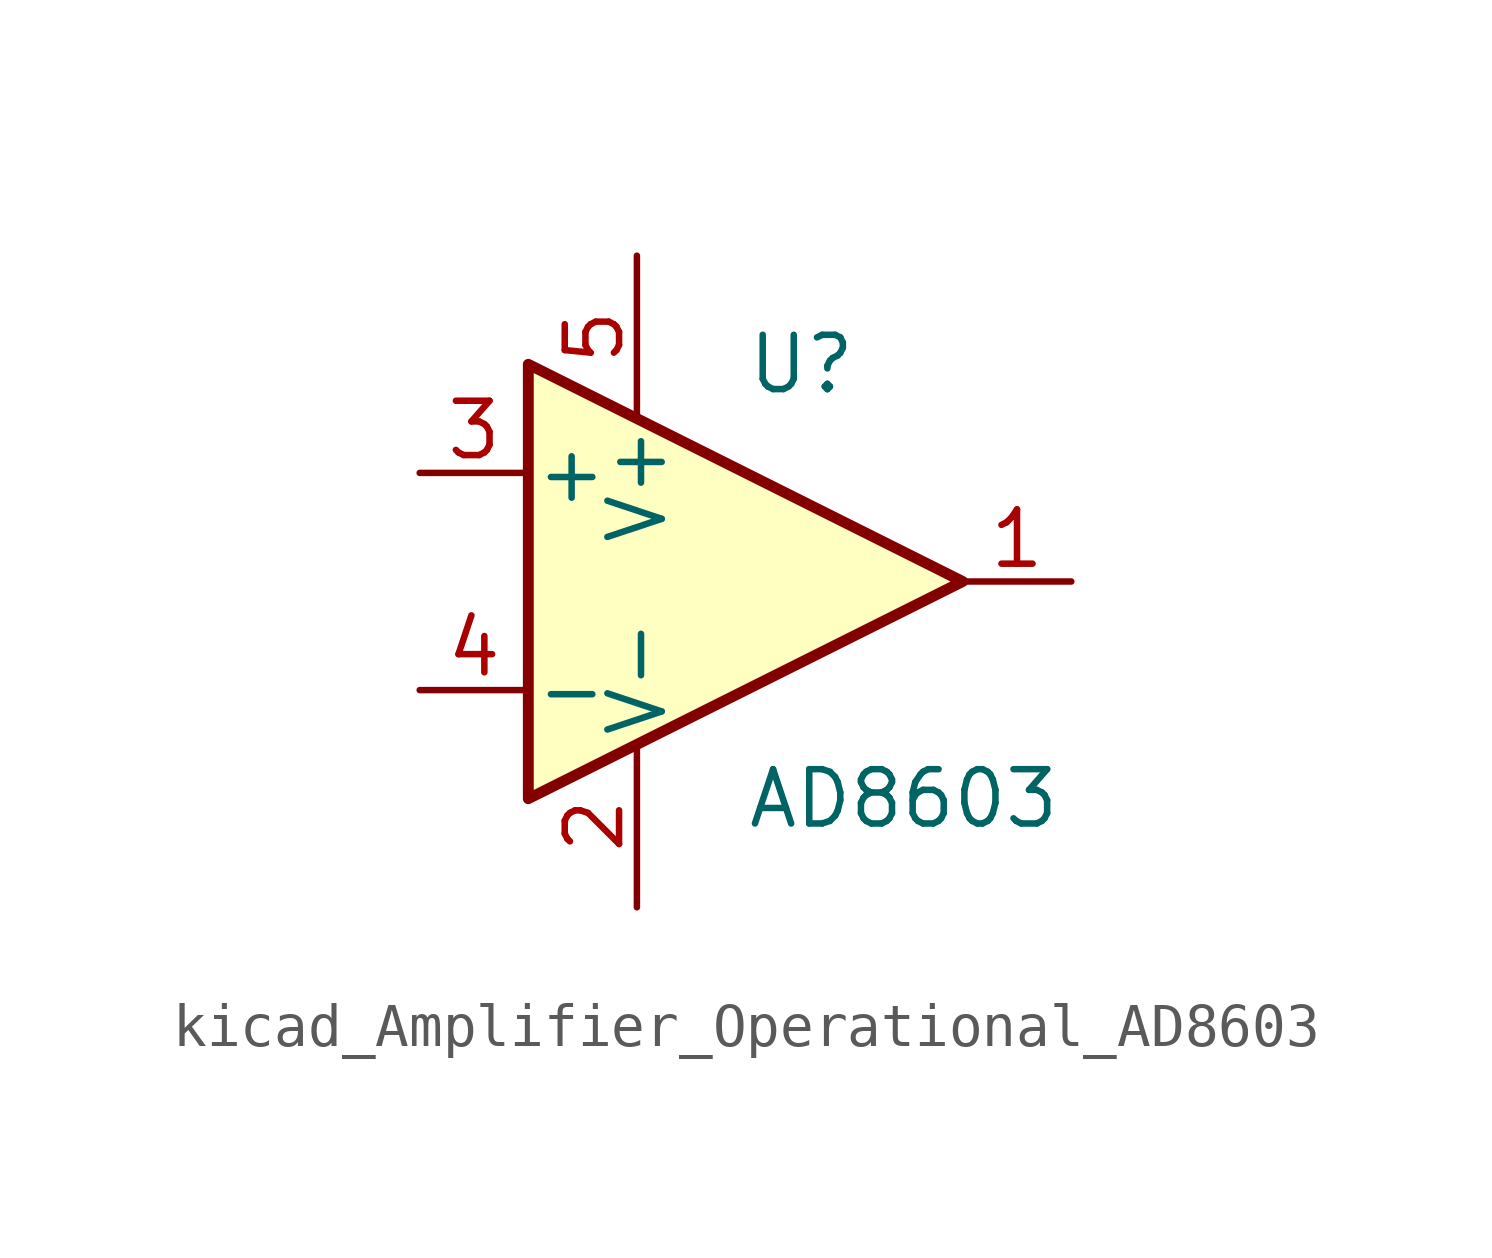
<source format=kicad_sym>
(kicad_symbol_lib
  (version 20220914)
  (generator kicad_symbol_editor)
  (symbol "kicad_Amplifier_Operational_AD8603"
    (pin_names
      (offset 0.127))
    (property "Reference" "U"
      (at 0 5.08 0)
      (effects (font (size 1.27 1.27)) (justify left)))
    (property "Value" "AD8603"
      (at 0 -5.08 0)
      (effects (font (size 1.27 1.27)) (justify left)))
    (symbol "kicad_Amplifier_Operational_AD8603_0_1"
      (polyline (pts (xy -5.08 5.08) (xy 5.08 0) (xy -5.08 -5.08) (xy -5.08 5.08)) (stroke (width 0.254) (type default)) (fill (type background)))
      (pin power_in line (at -2.54 -7.62 90) (length 3.81) (name "V-" (effects (font (size 1.27 1.27)))) (number "2" (effects (font (size 1.27 1.27)))))
      (pin power_in line (at -2.54 7.62 270) (length 3.81) (name "V+" (effects (font (size 1.27 1.27)))) (number "5" (effects (font (size 1.27 1.27))))))
    (symbol "kicad_Amplifier_Operational_AD8603_1_1"
      (pin output line (at 7.62 0 180) (length 2.54) (name "~" (effects (font (size 1.27 1.27)))) (number "1" (effects (font (size 1.27 1.27)))))
      (pin input line (at -7.62 2.54 0) (length 2.54) (name "+" (effects (font (size 1.27 1.27)))) (number "3" (effects (font (size 1.27 1.27)))))
      (pin input line (at -7.62 -2.54 0) (length 2.54) (name "-" (effects (font (size 1.27 1.27)))) (number "4" (effects (font (size 1.27 1.27))))))))
</source>
